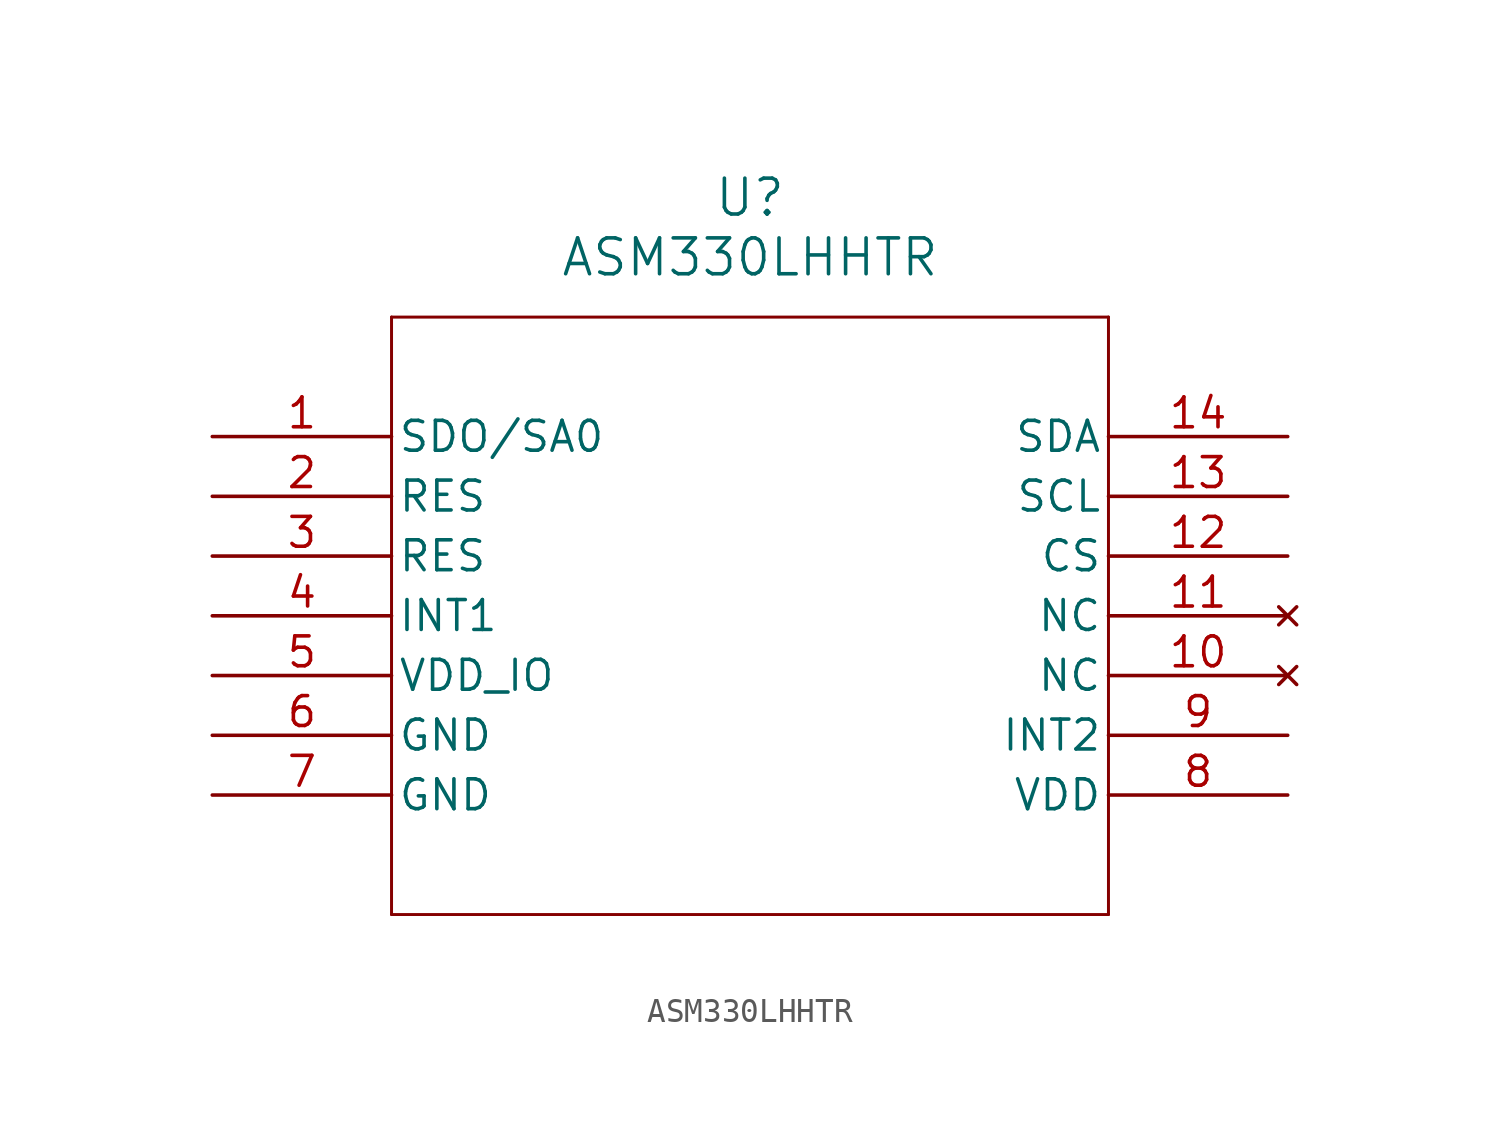
<source format=kicad_sym>
(kicad_symbol_lib
  (version 20211014)
  (generator kicad_symbol_editor)
  (symbol "ASM330LHHTR"
    (pin_names
      (offset 0.254))
    (property "Reference" "U"
      (at 22.86 10.16 0)
      (effects (font (size 1.524 1.524))))
    (property "Value" "ASM330LHHTR"
      (at 22.86 7.62 0)
      (effects (font (size 1.524 1.524))))
    (symbol "ASM330LHHTR_0_1"
      (polyline (pts (xy 7.62 5.08) (xy 7.62 -20.32)) (stroke (width 0.127) (type default) (color 0 0 0 0)) (fill (type none)))
      (polyline (pts (xy 7.62 -20.32) (xy 38.1 -20.32)) (stroke (width 0.127) (type default) (color 0 0 0 0)) (fill (type none)))
      (polyline (pts (xy 38.1 -20.32) (xy 38.1 5.08)) (stroke (width 0.127) (type default) (color 0 0 0 0)) (fill (type none)))
      (polyline (pts (xy 38.1 5.08) (xy 7.62 5.08)) (stroke (width 0.127) (type default) (color 0 0 0 0)) (fill (type none)))
      (pin bidirectional line (at 0 0 0) (length 7.62) (name "SDO/SA0" (effects (font (size 1.27 1.27)))) (number "1" (effects (font (size 1.27 1.27)))))
      (pin passive line (at 0 -2.54 0) (length 7.62) (name "RES" (effects (font (size 1.27 1.27)))) (number "2" (effects (font (size 1.27 1.27)))))
      (pin passive line (at 0 -5.08 0) (length 7.62) (name "RES" (effects (font (size 1.27 1.27)))) (number "3" (effects (font (size 1.27 1.27)))))
      (pin input line (at 0 -7.62 0) (length 7.62) (name "INT1" (effects (font (size 1.27 1.27)))) (number "4" (effects (font (size 1.27 1.27)))))
      (pin passive line (at 0 -10.16 0) (length 7.62) (name "VDD_IO" (effects (font (size 1.27 1.27)))) (number "5" (effects (font (size 1.27 1.27)))))
      (pin passive line (at 0 -12.7 0) (length 7.62) (name "GND" (effects (font (size 1.27 1.27)))) (number "6" (effects (font (size 1.27 1.27)))))
      (pin passive line (at 0 -15.24 0) (length 7.62) (name "GND" (effects (font (size 1.27 1.27)))) (number "7" (effects (font (size 1.27 1.27)))))
      (pin passive line (at 45.72 -15.24 180) (length 7.62) (name "VDD" (effects (font (size 1.27 1.27)))) (number "8" (effects (font (size 1.27 1.27)))))
      (pin input line (at 45.72 -12.7 180) (length 7.62) (name "INT2" (effects (font (size 1.27 1.27)))) (number "9" (effects (font (size 1.27 1.27)))))
      (pin no_connect line (at 45.72 -10.16 180) (length 7.62) (name "NC" (effects (font (size 1.27 1.27)))) (number "10" (effects (font (size 1.27 1.27)))))
      (pin no_connect line (at 45.72 -7.62 180) (length 7.62) (name "NC" (effects (font (size 1.27 1.27)))) (number "11" (effects (font (size 1.27 1.27)))))
      (pin input line (at 45.72 -5.08 180) (length 7.62) (name "CS" (effects (font (size 1.27 1.27)))) (number "12" (effects (font (size 1.27 1.27)))))
      (pin bidirectional line (at 45.72 -2.54 180) (length 7.62) (name "SCL" (effects (font (size 1.27 1.27)))) (number "13" (effects (font (size 1.27 1.27)))))
      (pin input line (at 45.72 0 180) (length 7.62) (name "SDA" (effects (font (size 1.27 1.27)))) (number "14" (effects (font (size 1.27 1.27))))))))
</source>
